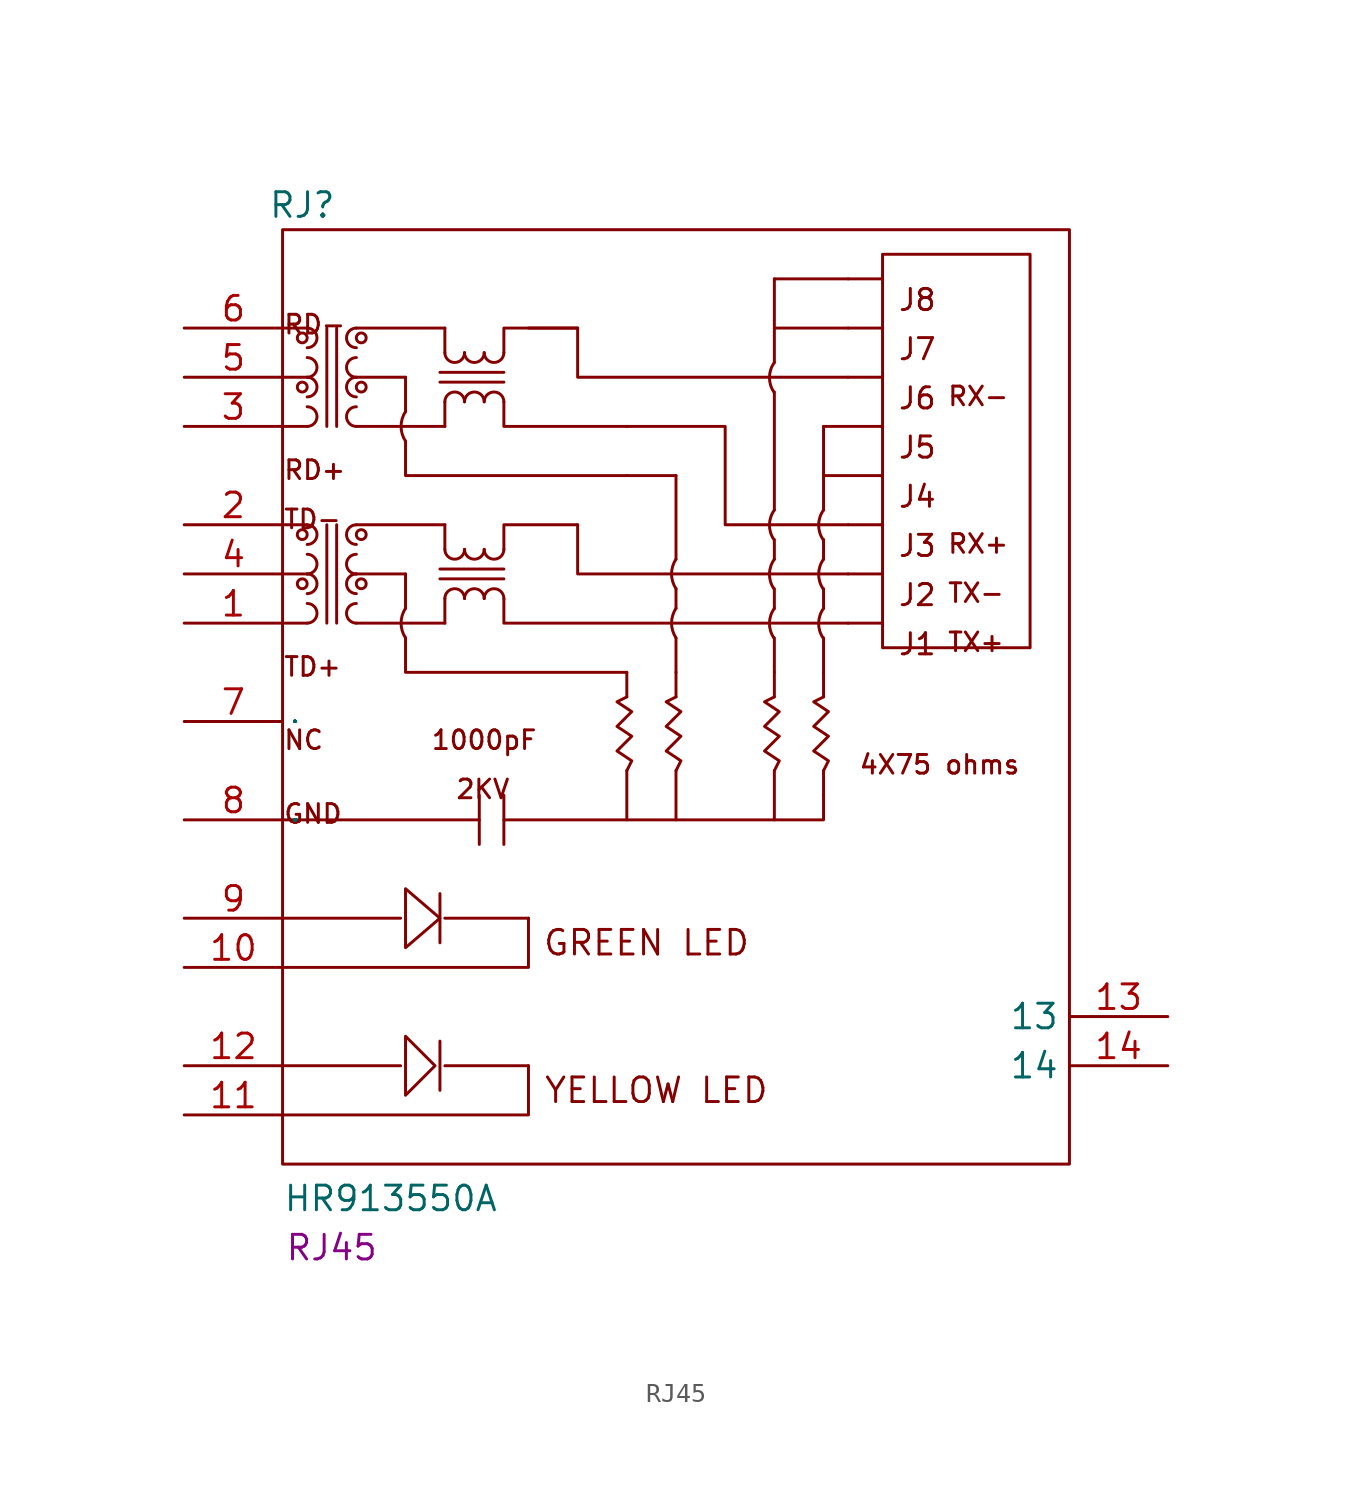
<source format=kicad_sym>
(kicad_symbol_lib
  (version 20241209)
  (generator "kicad_symbol_editor")
  (generator_version "9.0")
  (symbol "RJ45"
    (property "Reference" "RJ"
      (at -19.304 25.4 0)
      (effects (font (size 1.27 1.27))))
    (property "Value" "HR913550A"
      (at -14.732 -25.908 0)
      (effects (font (size 1.27 1.27))))
    (property "Name" "RJ45"
      (at -17.78 -28.448 0)
      (effects (font (size 1.27 1.27))))
    (symbol "RJ45_1_0"
      (polyline (pts (xy -20.32 16.51) (xy -19.05 16.51)) (stroke (width 0) (type default)) (fill (type none)))
      (polyline (pts (xy -20.32 6.35) (xy -19.05 6.35)) (stroke (width 0) (type default)) (fill (type none)))
      (rectangle (start -20.32 -24.13) (end 20.32 24.13) (stroke (width 0) (type default)) (fill (type none)))
      (circle (center -19.304 18.542) (radius 0.254) (stroke (width 0) (type default)) (fill (type none)))
      (circle (center -19.304 16.002) (radius 0.254) (stroke (width 0) (type default)) (fill (type none)))
      (circle (center -19.304 8.382) (radius 0.254) (stroke (width 0) (type default)) (fill (type none)))
      (circle (center -19.304 5.842) (radius 0.254) (stroke (width 0) (type default)) (fill (type none)))
      (polyline (pts (xy -19.05 19.05) (xy -20.32 19.05)) (stroke (width 0) (type default)) (fill (type none)))
      (arc (start -19.05 19.05) (mid -18.542 18.542) (end -19.05 18.034) (stroke (width 0) (type default)) (fill (type none)))
      (arc (start -19.05 17.526) (mid -18.542 17.018) (end -19.05 16.51) (stroke (width 0) (type default)) (fill (type none)))
      (arc (start -19.05 16.51) (mid -18.542 16.002) (end -19.05 15.494) (stroke (width 0) (type default)) (fill (type none)))
      (arc (start -19.05 14.986) (mid -18.542 14.478) (end -19.05 13.97) (stroke (width 0) (type default)) (fill (type none)))
      (polyline (pts (xy -19.05 13.97) (xy -20.32 13.97)) (stroke (width 0) (type default)) (fill (type none)))
      (polyline (pts (xy -19.05 8.89) (xy -20.32 8.89)) (stroke (width 0) (type default)) (fill (type none)))
      (arc (start -19.05 8.89) (mid -18.542 8.382) (end -19.05 7.874) (stroke (width 0) (type default)) (fill (type none)))
      (arc (start -19.05 7.366) (mid -18.542 6.858) (end -19.05 6.35) (stroke (width 0) (type default)) (fill (type none)))
      (arc (start -19.05 6.35) (mid -18.542 5.842) (end -19.05 5.334) (stroke (width 0) (type default)) (fill (type none)))
      (arc (start -19.05 4.826) (mid -18.542 4.318) (end -19.05 3.81) (stroke (width 0) (type default)) (fill (type none)))
      (polyline (pts (xy -19.05 3.81) (xy -20.32 3.81)) (stroke (width 0) (type default)) (fill (type none)))
      (polyline (pts (xy -18.034 19.05) (xy -18.034 13.97)) (stroke (width 0) (type default)) (fill (type none)))
      (polyline (pts (xy -18.034 8.89) (xy -18.034 3.81)) (stroke (width 0) (type default)) (fill (type none)))
      (polyline (pts (xy -17.526 19.05) (xy -17.526 13.97)) (stroke (width 0) (type default)) (fill (type none)))
      (polyline (pts (xy -17.526 8.89) (xy -17.526 3.81)) (stroke (width 0) (type default)) (fill (type none)))
      (polyline (pts (xy -16.51 19.05) (xy -11.938 19.05)) (stroke (width 0) (type default)) (fill (type none)))
      (arc (start -16.51 18.034) (mid -17.018 18.542) (end -16.51 19.05) (stroke (width 0) (type default)) (fill (type none)))
      (arc (start -16.51 16.51) (mid -17.018 17.018) (end -16.51 17.526) (stroke (width 0) (type default)) (fill (type none)))
      (arc (start -16.51 15.494) (mid -17.018 16.002) (end -16.51 16.51) (stroke (width 0) (type default)) (fill (type none)))
      (arc (start -16.51 13.97) (mid -17.018 14.478) (end -16.51 14.986) (stroke (width 0) (type default)) (fill (type none)))
      (polyline (pts (xy -16.51 13.97) (xy -11.938 13.97)) (stroke (width 0) (type default)) (fill (type none)))
      (polyline (pts (xy -16.51 8.89) (xy -11.938 8.89)) (stroke (width 0) (type default)) (fill (type none)))
      (arc (start -16.51 7.874) (mid -17.018 8.382) (end -16.51 8.89) (stroke (width 0) (type default)) (fill (type none)))
      (arc (start -16.51 6.35) (mid -17.018 6.858) (end -16.51 7.366) (stroke (width 0) (type default)) (fill (type none)))
      (arc (start -16.51 5.334) (mid -17.018 5.842) (end -16.51 6.35) (stroke (width 0) (type default)) (fill (type none)))
      (arc (start -16.51 3.81) (mid -17.018 4.318) (end -16.51 4.826) (stroke (width 0) (type default)) (fill (type none)))
      (polyline (pts (xy -16.51 3.81) (xy -11.938 3.81)) (stroke (width 0) (type default)) (fill (type none)))
      (circle (center -16.256 18.542) (radius 0.254) (stroke (width 0) (type default)) (fill (type none)))
      (circle (center -16.256 16.002) (radius 0.254) (stroke (width 0) (type default)) (fill (type none)))
      (circle (center -16.256 8.382) (radius 0.254) (stroke (width 0) (type default)) (fill (type none)))
      (circle (center -16.256 5.842) (radius 0.254) (stroke (width 0) (type default)) (fill (type none)))
      (polyline (pts (xy -14.224 -11.43) (xy -20.32 -11.43)) (stroke (width 0) (type default)) (fill (type none)))
      (polyline (pts (xy -14.224 -19.05) (xy -20.32 -19.05)) (stroke (width 0) (type default)) (fill (type none)))
      (polyline (pts (xy -13.97 16.51) (xy -16.51 16.51)) (stroke (width 0) (type default)) (fill (type none)))
      (polyline (pts (xy -13.97 16.51) (xy -13.97 14.732)) (stroke (width 0) (type default)) (fill (type none)))
      (polyline (pts (xy -13.97 13.208) (xy -13.97 11.43) (xy -13.97 11.43) (xy -2.54 11.43)) (stroke (width 0) (type default)) (fill (type none)))
      (polyline (pts (xy -13.97 6.35) (xy -16.51 6.35)) (stroke (width 0) (type default)) (fill (type none)))
      (polyline (pts (xy -13.97 6.35) (xy -13.97 4.572)) (stroke (width 0) (type default)) (fill (type none)))
      (polyline (pts (xy -13.97 3.048) (xy -13.97 1.27) (xy -13.97 1.27) (xy -2.54 1.27)) (stroke (width 0) (type default)) (fill (type none)))
      (polyline (pts (xy -13.97 -9.906) (xy -13.97 -12.954) (xy -13.97 -12.954) (xy -12.192 -11.43) (xy -12.192 -11.43) (xy -13.97 -9.906)) (stroke (width 0) (type default)) (fill (type none)))
      (polyline (pts (xy -13.97 -17.526) (xy -13.97 -20.574) (xy -13.97 -20.574) (xy -12.446 -19.05) (xy -12.446 -19.05) (xy -13.97 -17.526)) (stroke (width 0) (type default)) (fill (type none)))
      (arc (start -13.97 13.208) (mid -14.1986 13.97) (end -13.97 14.732) (stroke (width 0) (type default)) (fill (type none)))
      (arc (start -13.97 3.048) (mid -14.1986 3.81) (end -13.97 4.572) (stroke (width 0) (type default)) (fill (type none)))
      (polyline (pts (xy -12.192 16.764) (xy -8.89 16.764)) (stroke (width 0) (type default)) (fill (type none)))
      (polyline (pts (xy -12.192 16.256) (xy -8.89 16.256)) (stroke (width 0) (type default)) (fill (type none)))
      (polyline (pts (xy -12.192 6.604) (xy -8.89 6.604)) (stroke (width 0) (type default)) (fill (type none)))
      (polyline (pts (xy -12.192 6.096) (xy -8.89 6.096)) (stroke (width 0) (type default)) (fill (type none)))
      (polyline (pts (xy -12.192 -10.16) (xy -12.192 -12.7)) (stroke (width 0) (type default)) (fill (type none)))
      (polyline (pts (xy -12.192 -17.78) (xy -12.192 -20.32)) (stroke (width 0) (type default)) (fill (type none)))
      (polyline (pts (xy -11.938 19.05) (xy -11.938 17.78)) (stroke (width 0) (type default)) (fill (type none)))
      (polyline (pts (xy -11.938 15.24) (xy -11.938 13.97)) (stroke (width 0) (type default)) (fill (type none)))
      (polyline (pts (xy -11.938 8.89) (xy -11.938 7.62)) (stroke (width 0) (type default)) (fill (type none)))
      (polyline (pts (xy -11.938 5.08) (xy -11.938 3.81)) (stroke (width 0) (type default)) (fill (type none)))
      (polyline (pts (xy -11.938 -11.43) (xy -7.62 -11.43)) (stroke (width 0) (type default)) (fill (type none)))
      (polyline (pts (xy -11.938 -19.05) (xy -7.62 -19.05)) (stroke (width 0) (type default)) (fill (type none)))
      (arc (start -10.922 17.78) (mid -11.43 17.272) (end -11.938 17.78) (stroke (width 0) (type default)) (fill (type none)))
      (arc (start -11.938 15.24) (mid -11.43 15.748) (end -10.922 15.24) (stroke (width 0) (type default)) (fill (type none)))
      (arc (start -10.922 7.62) (mid -11.43 7.112) (end -11.938 7.62) (stroke (width 0) (type default)) (fill (type none)))
      (arc (start -11.938 5.08) (mid -11.43 5.588) (end -10.922 5.08) (stroke (width 0) (type default)) (fill (type none)))
      (arc (start -9.906 17.78) (mid -10.414 17.272) (end -10.922 17.78) (stroke (width 0) (type default)) (fill (type none)))
      (arc (start -10.922 15.24) (mid -10.414 15.748) (end -9.906 15.24) (stroke (width 0) (type default)) (fill (type none)))
      (arc (start -9.906 7.62) (mid -10.414 7.112) (end -10.922 7.62) (stroke (width 0) (type default)) (fill (type none)))
      (arc (start -10.922 5.08) (mid -10.414 5.588) (end -9.906 5.08) (stroke (width 0) (type default)) (fill (type none)))
      (polyline (pts (xy -10.16 -5.08) (xy -10.16 -7.62)) (stroke (width 0) (type default)) (fill (type none)))
      (polyline (pts (xy -10.16 -6.35) (xy -20.32 -6.35)) (stroke (width 0) (type default)) (fill (type none)))
      (arc (start -8.89 17.78) (mid -9.398 17.272) (end -9.906 17.78) (stroke (width 0) (type default)) (fill (type none)))
      (arc (start -9.906 15.24) (mid -9.398 15.748) (end -8.89 15.24) (stroke (width 0) (type default)) (fill (type none)))
      (arc (start -8.89 7.62) (mid -9.398 7.112) (end -9.906 7.62) (stroke (width 0) (type default)) (fill (type none)))
      (arc (start -9.906 5.08) (mid -9.398 5.588) (end -8.89 5.08) (stroke (width 0) (type default)) (fill (type none)))
      (polyline (pts (xy -8.89 17.78) (xy -8.89 19.05) (xy -8.89 19.05) (xy -5.08 19.05)) (stroke (width 0) (type default)) (fill (type none)))
      (polyline (pts (xy -8.89 15.24) (xy -8.89 13.97) (xy -8.89 13.97) (xy -2.54 13.97)) (stroke (width 0) (type default)) (fill (type none)))
      (polyline (pts (xy -8.89 7.62) (xy -8.89 8.89) (xy -8.89 8.89) (xy -5.08 8.89)) (stroke (width 0) (type default)) (fill (type none)))
      (polyline (pts (xy -8.89 5.08) (xy -8.89 3.81) (xy -8.89 3.81) (xy 8.89 3.81)) (stroke (width 0) (type default)) (fill (type none)))
      (polyline (pts (xy -8.89 -5.08) (xy -8.89 -7.62)) (stroke (width 0) (type default)) (fill (type none)))
      (polyline (pts (xy -7.62 19.05) (xy -5.08 19.05) (xy -5.08 19.05) (xy -5.08 16.51) (xy -5.08 16.51) (xy 8.89 16.51)) (stroke (width 0) (type default)) (fill (type none)))
      (polyline (pts (xy -7.62 -11.43) (xy -7.62 -13.97) (xy -7.62 -13.97) (xy -20.32 -13.97)) (stroke (width 0) (type default)) (fill (type none)))
      (polyline (pts (xy -7.62 -19.05) (xy -7.62 -21.59) (xy -7.62 -21.59) (xy -20.32 -21.59)) (stroke (width 0) (type default)) (fill (type none)))
      (polyline (pts (xy -5.08 8.89) (xy -5.08 6.35) (xy -5.08 6.35) (xy 8.89 6.35)) (stroke (width 0) (type default)) (fill (type none)))
      (polyline (pts (xy -2.54 13.97) (xy 2.54 13.97) (xy 2.54 13.97) (xy 2.54 8.89) (xy 2.54 8.89) (xy 8.89 8.89)) (stroke (width 0) (type default)) (fill (type none)))
      (polyline (pts (xy -2.54 11.43) (xy 0 11.43)) (stroke (width 0) (type default)) (fill (type none)))
      (polyline (pts (xy -2.54 1.27) (xy -2.54 0)) (stroke (width 0) (type default)) (fill (type none)))
      (polyline (pts (xy -2.54 0) (xy -3.048 -0.254) (xy -3.048 -0.254) (xy -2.286 -0.762) (xy -2.286 -0.762) (xy -3.048 -1.524) (xy -3.048 -1.524) (xy -2.286 -2.032) (xy -2.286 -2.032) (xy -3.048 -2.794) (xy -3.048 -2.794) (xy -2.286 -3.302) (xy -2.286 -3.302) (xy -2.54 -3.81)) (stroke (width 0) (type default)) (fill (type none)))
      (polyline (pts (xy -2.54 -3.81) (xy -2.54 -6.35)) (stroke (width 0) (type default)) (fill (type none)))
      (polyline (pts (xy 0 11.43) (xy 0 7.112)) (stroke (width 0) (type default)) (fill (type none)))
      (polyline (pts (xy 0 5.588) (xy 0 4.572)) (stroke (width 0) (type default)) (fill (type none)))
      (polyline (pts (xy 0 3.048) (xy 0 1.27)) (stroke (width 0) (type default)) (fill (type none)))
      (polyline (pts (xy 0 1.27) (xy 0 0)) (stroke (width 0) (type default)) (fill (type none)))
      (polyline (pts (xy 0 0) (xy -0.508 -0.254) (xy -0.508 -0.254) (xy 0.254 -0.762) (xy 0.254 -0.762) (xy -0.508 -1.524) (xy -0.508 -1.524) (xy 0.254 -2.032) (xy 0.254 -2.032) (xy -0.508 -2.794) (xy -0.508 -2.794) (xy 0.254 -3.302) (xy 0.254 -3.302) (xy 0 -3.81)) (stroke (width 0) (type default)) (fill (type none)))
      (polyline (pts (xy 0 -3.81) (xy 0 -6.35)) (stroke (width 0) (type default)) (fill (type none)))
      (arc (start 0 5.588) (mid -0.2286 6.35) (end 0 7.112) (stroke (width 0) (type default)) (fill (type none)))
      (arc (start 0 3.048) (mid -0.2286 3.81) (end 0 4.572) (stroke (width 0) (type default)) (fill (type none)))
      (polyline (pts (xy 5.08 21.59) (xy 5.08 17.272)) (stroke (width 0) (type default)) (fill (type none)))
      (polyline (pts (xy 5.08 21.59) (xy 8.89 21.59)) (stroke (width 0) (type default)) (fill (type none)))
      (polyline (pts (xy 5.08 19.05) (xy 8.89 19.05)) (stroke (width 0) (type default)) (fill (type none)))
      (polyline (pts (xy 5.08 15.748) (xy 5.08 9.652)) (stroke (width 0) (type default)) (fill (type none)))
      (polyline (pts (xy 5.08 8.128) (xy 5.08 7.112)) (stroke (width 0) (type default)) (fill (type none)))
      (polyline (pts (xy 5.08 5.588) (xy 5.08 4.572)) (stroke (width 0) (type default)) (fill (type none)))
      (polyline (pts (xy 5.08 3.048) (xy 5.08 1.27)) (stroke (width 0) (type default)) (fill (type none)))
      (polyline (pts (xy 5.08 1.27) (xy 5.08 0)) (stroke (width 0) (type default)) (fill (type none)))
      (polyline (pts (xy 5.08 0) (xy 4.572 -0.254) (xy 4.572 -0.254) (xy 5.334 -0.762) (xy 5.334 -0.762) (xy 4.572 -1.524) (xy 4.572 -1.524) (xy 5.334 -2.032) (xy 5.334 -2.032) (xy 4.572 -2.794) (xy 4.572 -2.794) (xy 5.334 -3.302) (xy 5.334 -3.302) (xy 5.08 -3.81)) (stroke (width 0) (type default)) (fill (type none)))
      (polyline (pts (xy 5.08 -3.81) (xy 5.08 -6.35)) (stroke (width 0) (type default)) (fill (type none)))
      (arc (start 5.0546 15.748) (mid 4.826 16.514) (end 5.08 17.272) (stroke (width 0) (type default)) (fill (type none)))
      (arc (start 5.0546 8.128) (mid 4.826 8.894) (end 5.08 9.652) (stroke (width 0) (type default)) (fill (type none)))
      (arc (start 5.0546 5.588) (mid 4.826 6.354) (end 5.08 7.112) (stroke (width 0) (type default)) (fill (type none)))
      (arc (start 5.0546 3.048) (mid 4.826 3.814) (end 5.08 4.572) (stroke (width 0) (type default)) (fill (type none)))
      (polyline (pts (xy 7.62 11.43) (xy 7.62 13.97)) (stroke (width 0) (type default)) (fill (type none)))
      (polyline (pts (xy 7.62 11.43) (xy 7.62 9.652)) (stroke (width 0) (type default)) (fill (type none)))
      (polyline (pts (xy 7.62 8.128) (xy 7.62 7.112)) (stroke (width 0) (type default)) (fill (type none)))
      (polyline (pts (xy 7.62 5.588) (xy 7.62 4.572)) (stroke (width 0) (type default)) (fill (type none)))
      (polyline (pts (xy 7.62 3.048) (xy 7.62 1.27)) (stroke (width 0) (type default)) (fill (type none)))
      (polyline (pts (xy 7.62 1.27) (xy 7.62 0)) (stroke (width 0) (type default)) (fill (type none)))
      (polyline (pts (xy 7.62 0) (xy 7.112 -0.254) (xy 7.112 -0.254) (xy 7.874 -0.762) (xy 7.874 -0.762) (xy 7.112 -1.524) (xy 7.112 -1.524) (xy 7.874 -2.032) (xy 7.874 -2.032) (xy 7.112 -2.794) (xy 7.112 -2.794) (xy 7.874 -3.302) (xy 7.874 -3.302) (xy 7.62 -3.81)) (stroke (width 0) (type default)) (fill (type none)))
      (polyline (pts (xy 7.62 -3.81) (xy 7.62 -5.08)) (stroke (width 0) (type default)) (fill (type none)))
      (polyline (pts (xy 7.62 -5.08) (xy 7.62 -6.35) (xy 7.62 -6.35) (xy -8.89 -6.35)) (stroke (width 0) (type default)) (fill (type none)))
      (arc (start 7.5946 8.128) (mid 7.366 8.894) (end 7.62 9.652) (stroke (width 0) (type default)) (fill (type none)))
      (arc (start 7.5946 5.588) (mid 7.366 6.354) (end 7.62 7.112) (stroke (width 0) (type default)) (fill (type none)))
      (arc (start 7.5946 3.048) (mid 7.366 3.814) (end 7.62 4.572) (stroke (width 0) (type default)) (fill (type none)))
      (polyline (pts (xy 10.668 22.86) (xy 18.288 22.86) (xy 18.288 22.86) (xy 18.288 2.54) (xy 18.288 2.54) (xy 10.668 2.54) (xy 10.668 2.54) (xy 10.668 22.86)) (stroke (width 0) (type default)) (fill (type none)))
      (polyline (pts (xy 10.668 21.59) (xy 8.89 21.59)) (stroke (width 0) (type default)) (fill (type none)))
      (polyline (pts (xy 10.668 19.05) (xy 8.89 19.05)) (stroke (width 0) (type default)) (fill (type none)))
      (polyline (pts (xy 10.668 16.51) (xy 8.89 16.51)) (stroke (width 0) (type default)) (fill (type none)))
      (polyline (pts (xy 10.668 13.97) (xy 7.62 13.97)) (stroke (width 0) (type default)) (fill (type none)))
      (polyline (pts (xy 10.668 11.43) (xy 7.62 11.43)) (stroke (width 0) (type default)) (fill (type none)))
      (polyline (pts (xy 10.668 8.89) (xy 8.89 8.89)) (stroke (width 0) (type default)) (fill (type none)))
      (polyline (pts (xy 10.668 6.35) (xy 8.89 6.35)) (stroke (width 0) (type default)) (fill (type none)))
      (polyline (pts (xy 10.668 3.81) (xy 8.89 3.81)) (stroke (width 0) (type default)) (fill (type none)))
      (text "RD-" (at -20.32 18.669 0) (effects (font (size 0.965 0.965)) (justify left bottom)))
      (text "RD+" (at -20.32 11.151 0) (effects (font (size 0.965 0.965)) (justify left bottom)))
      (text "TD-" (at -20.32 8.611 0) (effects (font (size 0.965 0.965)) (justify left bottom)))
      (text "TD+" (at -20.32 0.991 0) (effects (font (size 0.965 0.965)) (justify left bottom)))
      (text "NC" (at -20.32 -2.794 0) (effects (font (size 0.965 0.965)) (justify left bottom)))
      (text "GND" (at -20.32 -6.604 0) (effects (font (size 0.965 0.965)) (justify left bottom)))
      (text "1000pF" (at -12.7 -2.794 0) (effects (font (size 0.965 0.965)) (justify left bottom)))
      (text "2KV" (at -11.43 -5.334 0) (effects (font (size 0.965 0.965)) (justify left bottom)))
      (text "4X75 ohms" (at 9.398 -4.064 0) (effects (font (size 0.965 0.965)) (justify left bottom)))
      (text "J8" (at 11.43 19.863 0) (effects (font (size 1.092 1.092)) (justify left bottom)))
      (text "J7" (at 11.43 17.323 0) (effects (font (size 1.092 1.092)) (justify left bottom)))
      (text "J6" (at 11.43 14.783 0) (effects (font (size 1.092 1.092)) (justify left bottom)))
      (text "J5" (at 11.43 12.243 0) (effects (font (size 1.092 1.092)) (justify left bottom)))
      (text "J4" (at 11.43 9.703 0) (effects (font (size 1.092 1.092)) (justify left bottom)))
      (text "J3" (at 11.43 7.163 0) (effects (font (size 1.092 1.092)) (justify left bottom)))
      (text "J2" (at 11.43 4.623 0) (effects (font (size 1.092 1.092)) (justify left bottom)))
      (text "J1" (at 11.43 2.083 0) (effects (font (size 1.092 1.092)) (justify left bottom)))
      (text "RX-" (at 13.97 14.961 0) (effects (font (size 0.965 0.965)) (justify left bottom)))
      (text "RX+" (at 13.97 7.341 0) (effects (font (size 0.965 0.965)) (justify left bottom)))
      (text "TX-" (at 13.97 4.801 0) (effects (font (size 0.965 0.965)) (justify left bottom)))
      (text "TX+" (at 13.97 2.261 0) (effects (font (size 0.965 0.965)) (justify left bottom)))
      (pin unspecified line (at -25.4 19.05 0) (length 5.08) (name "" (effects (font (size 0.025 0.025)))) (number "6" (effects (font (size 1.27 1.27)))))
      (pin unspecified line (at -25.4 16.51 0) (length 5.08) (name "" (effects (font (size 0.025 0.025)))) (number "5" (effects (font (size 1.27 1.27)))))
      (pin unspecified line (at -25.4 13.97 0) (length 5.08) (name "" (effects (font (size 0.025 0.025)))) (number "3" (effects (font (size 1.27 1.27)))))
      (pin unspecified line (at -25.4 8.89 0) (length 5.08) (name "" (effects (font (size 0.025 0.025)))) (number "2" (effects (font (size 1.27 1.27)))))
      (pin unspecified line (at -25.4 6.35 0) (length 5.08) (name "" (effects (font (size 0.025 0.025)))) (number "4" (effects (font (size 1.27 1.27)))))
      (pin unspecified line (at -25.4 3.81 0) (length 5.08) (name "" (effects (font (size 0.025 0.025)))) (number "1" (effects (font (size 1.27 1.27)))))
      (pin unspecified line (at -25.4 -1.27 0) (length 5.08) (name "NC" (effects (font (size 0.025 0.025)))) (number "7" (effects (font (size 1.27 1.27)))))
      (pin unspecified line (at -25.4 -6.35 0) (length 5.08) (name "GND" (effects (font (size 0.025 0.025)))) (number "8" (effects (font (size 1.27 1.27)))))
      (pin unspecified line (at -25.4 -11.43 0) (length 5.08) (name "" (effects (font (size 1.27 1.27)))) (number "9" (effects (font (size 1.27 1.27)))))
      (pin unspecified line (at -25.4 -13.97 0) (length 5.08) (name "" (effects (font (size 1.27 1.27)))) (number "10" (effects (font (size 1.27 1.27)))))
      (pin unspecified line (at -25.4 -19.05 0) (length 5.08) (name "" (effects (font (size 1.27 1.27)))) (number "12" (effects (font (size 1.27 1.27)))))
      (pin unspecified line (at -25.4 -21.59 0) (length 5.08) (name "" (effects (font (size 1.27 1.27)))) (number "11" (effects (font (size 1.27 1.27)))))
      (pin unspecified line (at 25.4 -16.51 180) (length 5.08) (name "13" (effects (font (size 1.27 1.27)))) (number "13" (effects (font (size 1.27 1.27)))))
      (pin unspecified line (at 25.4 -19.05 180) (length 5.08) (name "14" (effects (font (size 1.27 1.27)))) (number "14" (effects (font (size 1.27 1.27))))))
    (symbol "RJ45_1_1"
      (text "GREEN LED" (at -1.524 -12.7 0) (effects (font (size 1.27 1.27))))
      (text "YELLOW LED" (at -1.016 -20.32 0) (effects (font (size 1.27 1.27)))))))
</source>
